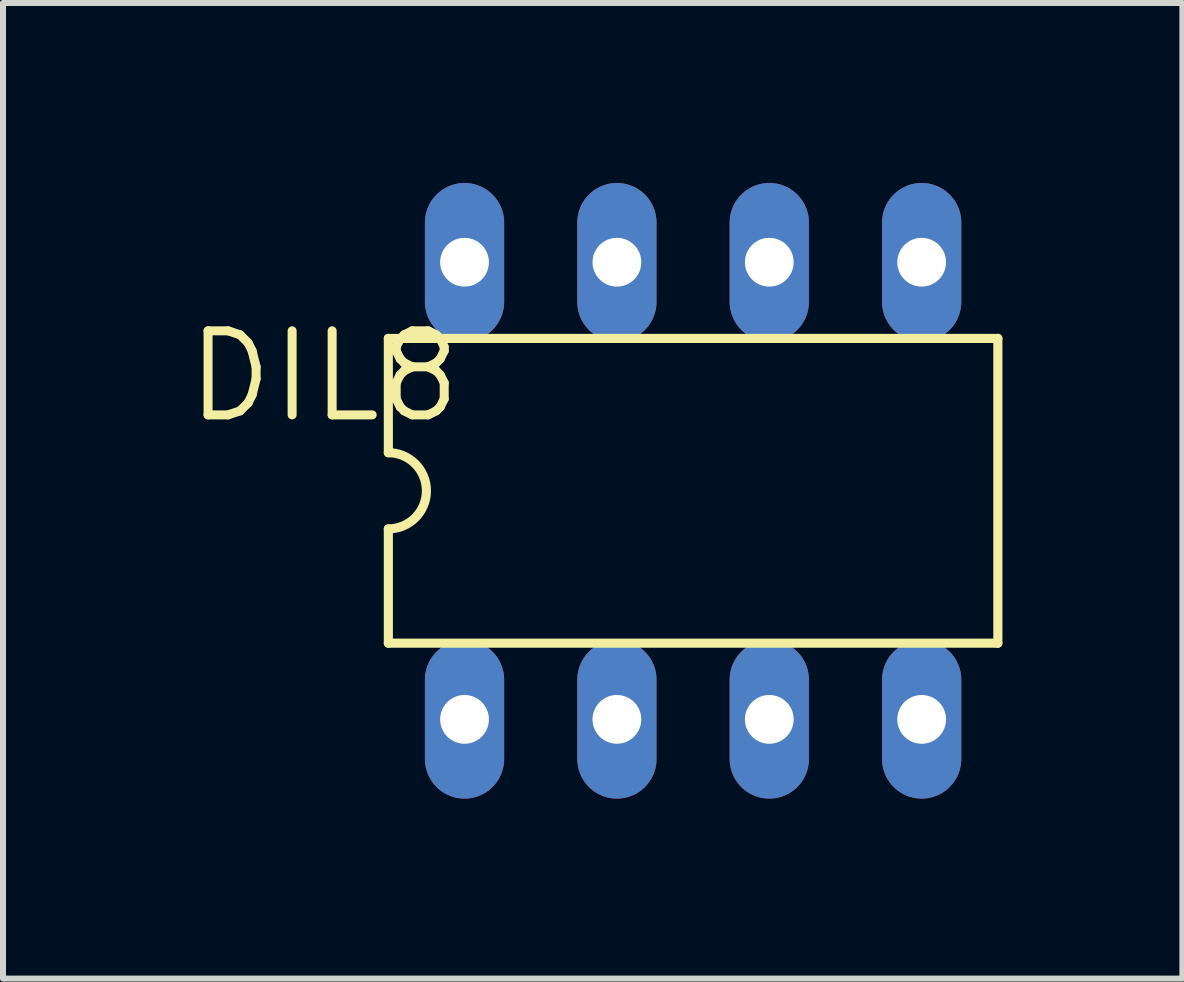
<source format=kicad_pcb>
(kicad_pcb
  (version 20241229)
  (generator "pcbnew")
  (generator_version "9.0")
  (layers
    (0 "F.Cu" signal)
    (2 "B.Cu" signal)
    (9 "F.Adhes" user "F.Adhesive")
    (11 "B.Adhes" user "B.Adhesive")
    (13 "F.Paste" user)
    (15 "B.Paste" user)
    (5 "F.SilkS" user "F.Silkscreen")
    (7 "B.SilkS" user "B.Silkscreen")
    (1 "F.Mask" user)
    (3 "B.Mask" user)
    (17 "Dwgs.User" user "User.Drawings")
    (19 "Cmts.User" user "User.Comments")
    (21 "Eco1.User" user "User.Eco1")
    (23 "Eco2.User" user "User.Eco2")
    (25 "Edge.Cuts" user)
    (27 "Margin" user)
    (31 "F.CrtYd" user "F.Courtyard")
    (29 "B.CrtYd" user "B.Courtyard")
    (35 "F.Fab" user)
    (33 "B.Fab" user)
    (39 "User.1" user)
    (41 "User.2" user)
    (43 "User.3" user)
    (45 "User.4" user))
  (footprint "DIL8"
    (layer "F.Cu")
    (at 8.503 5.131)
    (property "Reference" "DIL8" (at -6.15 -1.906 180) (layer "F.SilkS") (effects (font (size 1.401 1.401) (thickness 0.15))))
    (attr through_hole)
    (fp_line (start -5.08 -2.54) (end -5.08 -0.635) (stroke (width 0.152) (type solid)) (layer "F.SilkS"))
    (fp_line (start -5.08 -2.54) (end 5.08 -2.54) (stroke (width 0.152) (type solid)) (layer "F.SilkS"))
    (fp_line (start -5.08 0.635) (end -5.08 2.54) (stroke (width 0.152) (type solid)) (layer "F.SilkS"))
    (fp_line (start 5.08 2.54) (end -5.08 2.54) (stroke (width 0.152) (type solid)) (layer "F.SilkS"))
    (fp_line (start 5.08 2.54) (end 5.08 -2.54) (stroke (width 0.152) (type solid)) (layer "F.SilkS"))
    (fp_arc (start -5.08 -0.635) (mid -4.445 0) (end -5.08 0.635) (stroke (width 0.1524) (type solid)) (layer "F.SilkS"))
    (pad "1" thru_hole oval (at -3.81 3.81) (size 1.321 2.642) (drill 0.813) (layers "*.Cu" "*.Mask"))
    (pad "2" thru_hole oval (at -1.27 3.81) (size 1.321 2.642) (drill 0.813) (layers "*.Cu" "*.Mask"))
    (pad "3" thru_hole oval (at 1.27 3.81) (size 1.321 2.642) (drill 0.813) (layers "*.Cu" "*.Mask"))
    (pad "4" thru_hole oval (at 3.81 3.81) (size 1.321 2.642) (drill 0.813) (layers "*.Cu" "*.Mask"))
    (pad "5" thru_hole oval (at 3.81 -3.81) (size 1.321 2.642) (drill 0.813) (layers "*.Cu" "*.Mask"))
    (pad "6" thru_hole oval (at 1.27 -3.81) (size 1.321 2.642) (drill 0.813) (layers "*.Cu" "*.Mask"))
    (pad "7" thru_hole oval (at -1.27 -3.81) (size 1.321 2.642) (drill 0.813) (layers "*.Cu" "*.Mask"))
    (pad "8" thru_hole oval (at -3.81 -3.81) (size 1.321 2.642) (drill 0.813) (layers "*.Cu" "*.Mask")))
  (gr_rect
    (start -3 -3)
    (end 16.659 13.262)
    (stroke (width 0.1) (type default))
    (fill no)
    (layer "Edge.Cuts")))
</source>
